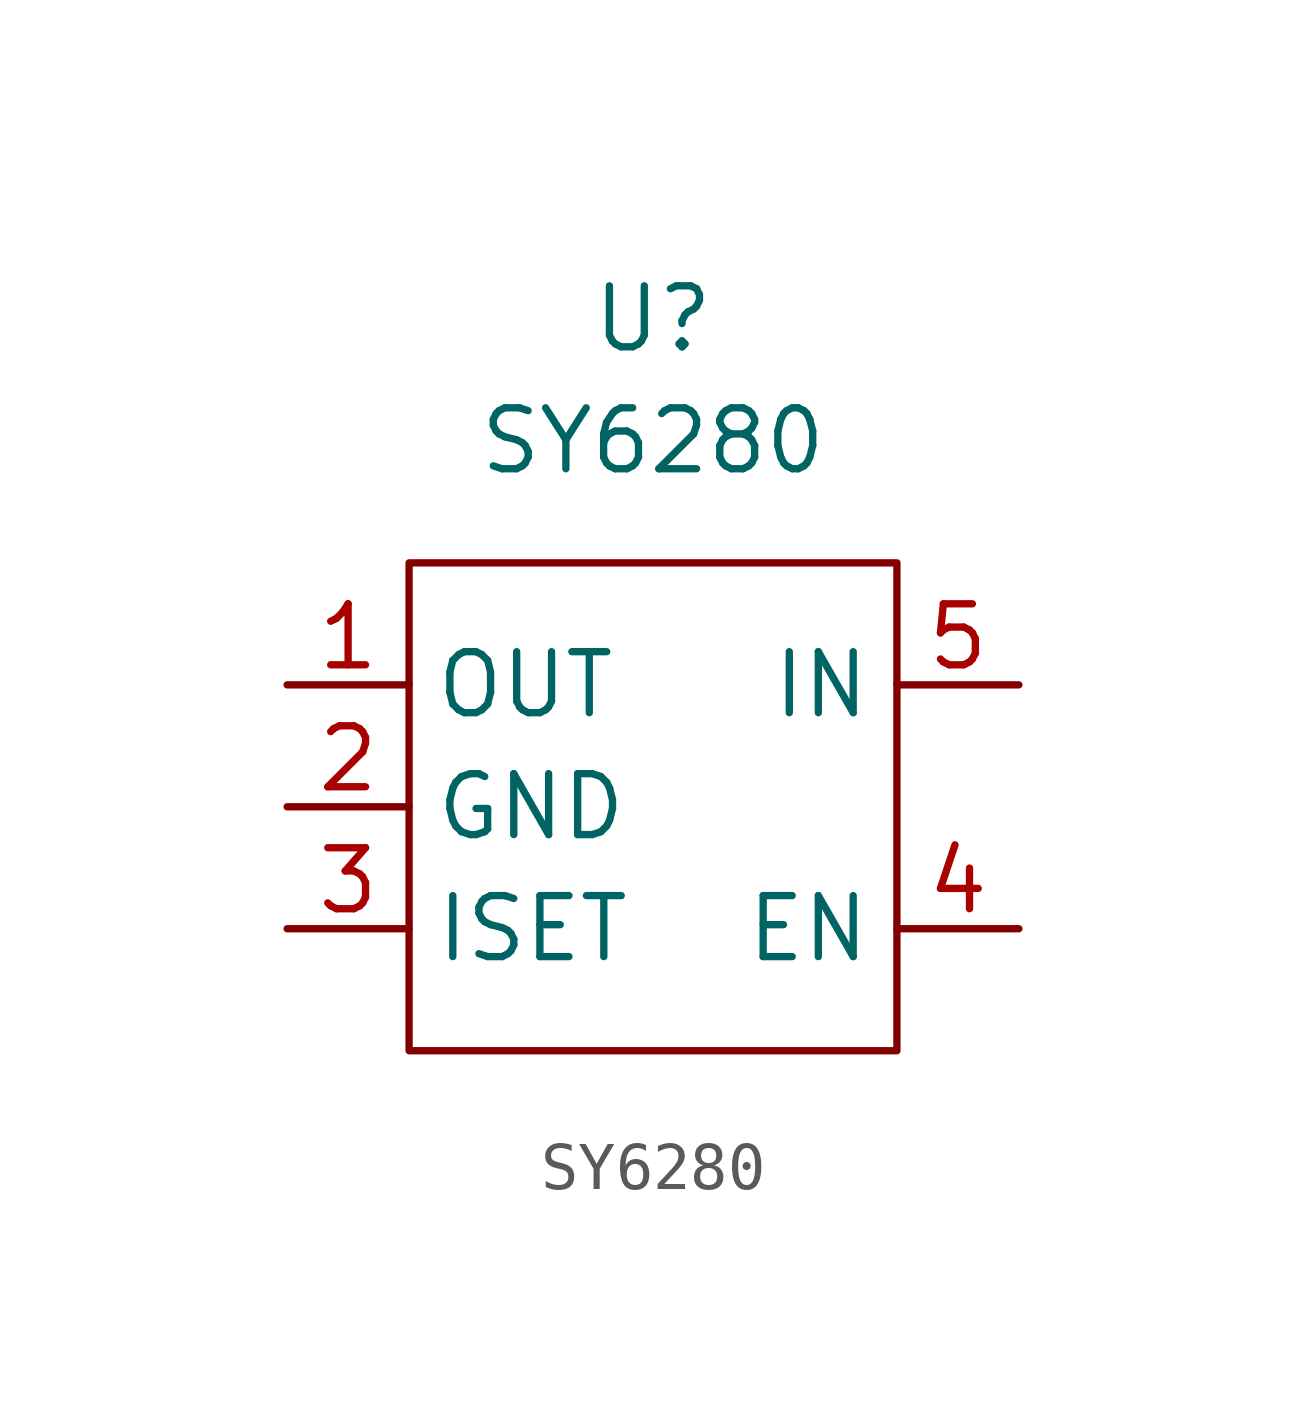
<source format=kicad_sym>
(kicad_symbol_lib
  (version 20211014)
  (generator kicad_symbol_editor)
  (symbol "SY6280"
    (property "Reference" "U"
      (at 0 0 0)
      (effects (font (size 1.27 1.27))))
    (property "Value" "SY6280"
      (at 0 -2.54 0)
      (effects (font (size 1.27 1.27))))
    (symbol "SY6280_0_1"
      (rectangle (start -5.08 -5.08) (end 5.08 -15.24) (stroke (width 0) (type default) (color 0 0 0 0)) (fill (type none))))
    (symbol "SY6280_1_1"
      (pin power_out line (at -7.62 -7.62 0) (length 2.54) (name "OUT" (effects (font (size 1.27 1.27)))) (number "1" (effects (font (size 1.27 1.27)))))
      (pin power_in line (at -7.62 -10.16 0) (length 2.54) (name "GND" (effects (font (size 1.27 1.27)))) (number "2" (effects (font (size 1.27 1.27)))))
      (pin input line (at -7.62 -12.7 0) (length 2.54) (name "ISET" (effects (font (size 1.27 1.27)))) (number "3" (effects (font (size 1.27 1.27)))))
      (pin input line (at 7.62 -12.7 180) (length 2.54) (name "EN" (effects (font (size 1.27 1.27)))) (number "4" (effects (font (size 1.27 1.27)))))
      (pin power_in line (at 7.62 -7.62 180) (length 2.54) (name "IN" (effects (font (size 1.27 1.27)))) (number "5" (effects (font (size 1.27 1.27))))))))
</source>
